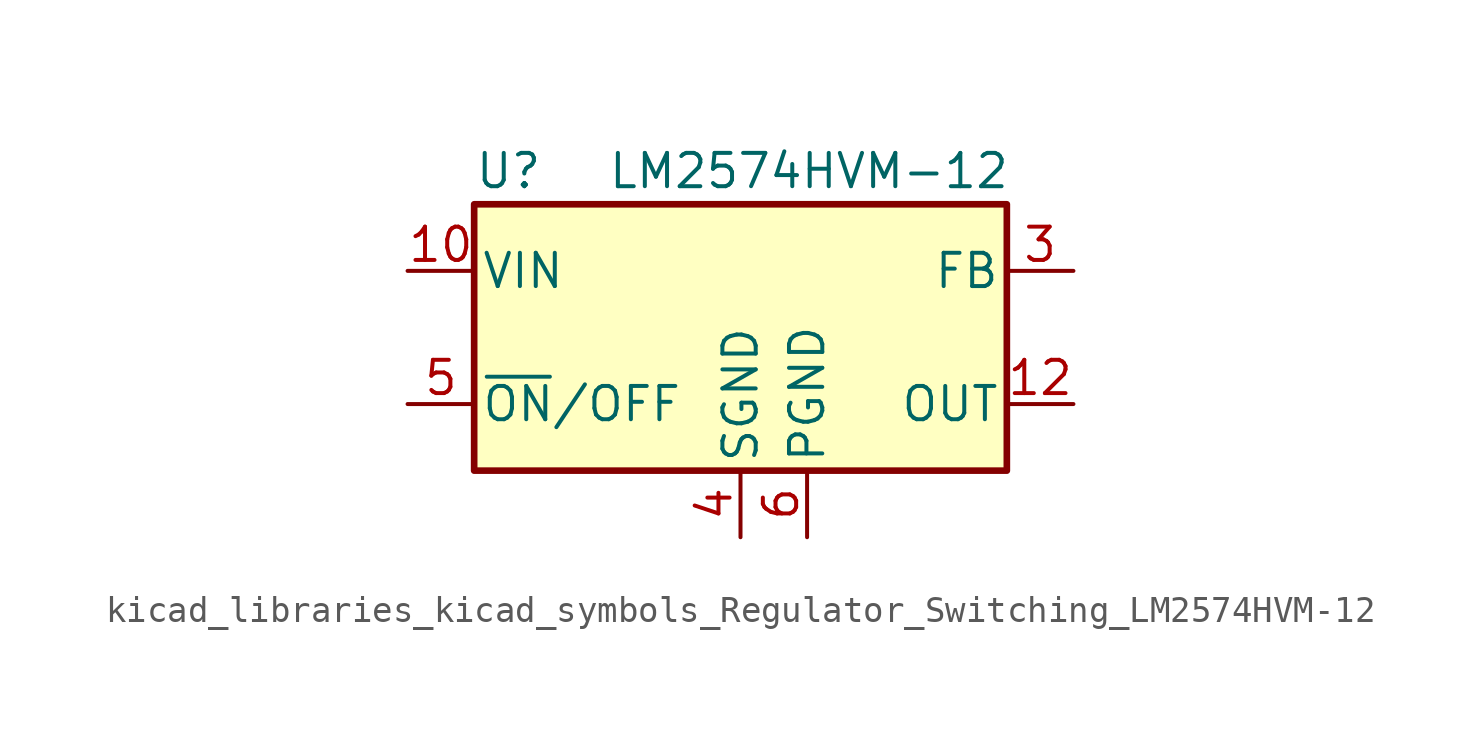
<source format=kicad_sym>
(kicad_symbol_lib
  (version 20220914)
  (generator kicad_symbol_editor)
  (symbol "kicad_libraries_kicad_symbols_Regulator_Switching_LM2574HVM-12"
    (pin_names
      (offset 0.254))
    (property "Reference" "U"
      (at -10.16 6.35 0)
      (effects (font (size 1.27 1.27)) (justify left)))
    (property "Value" "LM2574HVM-12"
      (at -5.08 6.35 0)
      (effects (font (size 1.27 1.27)) (justify left)))
    (symbol "kicad_libraries_kicad_symbols_Regulator_Switching_LM2574HVM-12_0_1"
      (rectangle (start -10.16 5.08) (end 10.16 -5.08) (stroke (width 0.254) (type default)) (fill (type background))))
    (symbol "kicad_libraries_kicad_symbols_Regulator_Switching_LM2574HVM-12_1_1"
      (pin power_in line (at -12.7 2.54 0) (length 2.54) (name "VIN" (effects (font (size 1.27 1.27)))) (number "10" (effects (font (size 1.27 1.27)))))
      (pin output line (at 12.7 -2.54 180) (length 2.54) (name "OUT" (effects (font (size 1.27 1.27)))) (number "12" (effects (font (size 1.27 1.27)))))
      (pin input line (at 12.7 2.54 180) (length 2.54) (name "FB" (effects (font (size 1.27 1.27)))) (number "3" (effects (font (size 1.27 1.27)))))
      (pin power_in line (at 0 -7.62 90) (length 2.54) (name "SGND" (effects (font (size 1.27 1.27)))) (number "4" (effects (font (size 1.27 1.27)))))
      (pin input line (at -12.7 -2.54 0) (length 2.54) (name "~{ON}/OFF" (effects (font (size 1.27 1.27)))) (number "5" (effects (font (size 1.27 1.27)))))
      (pin power_in line (at 2.54 -7.62 90) (length 2.54) (name "PGND" (effects (font (size 1.27 1.27)))) (number "6" (effects (font (size 1.27 1.27))))))))
</source>
